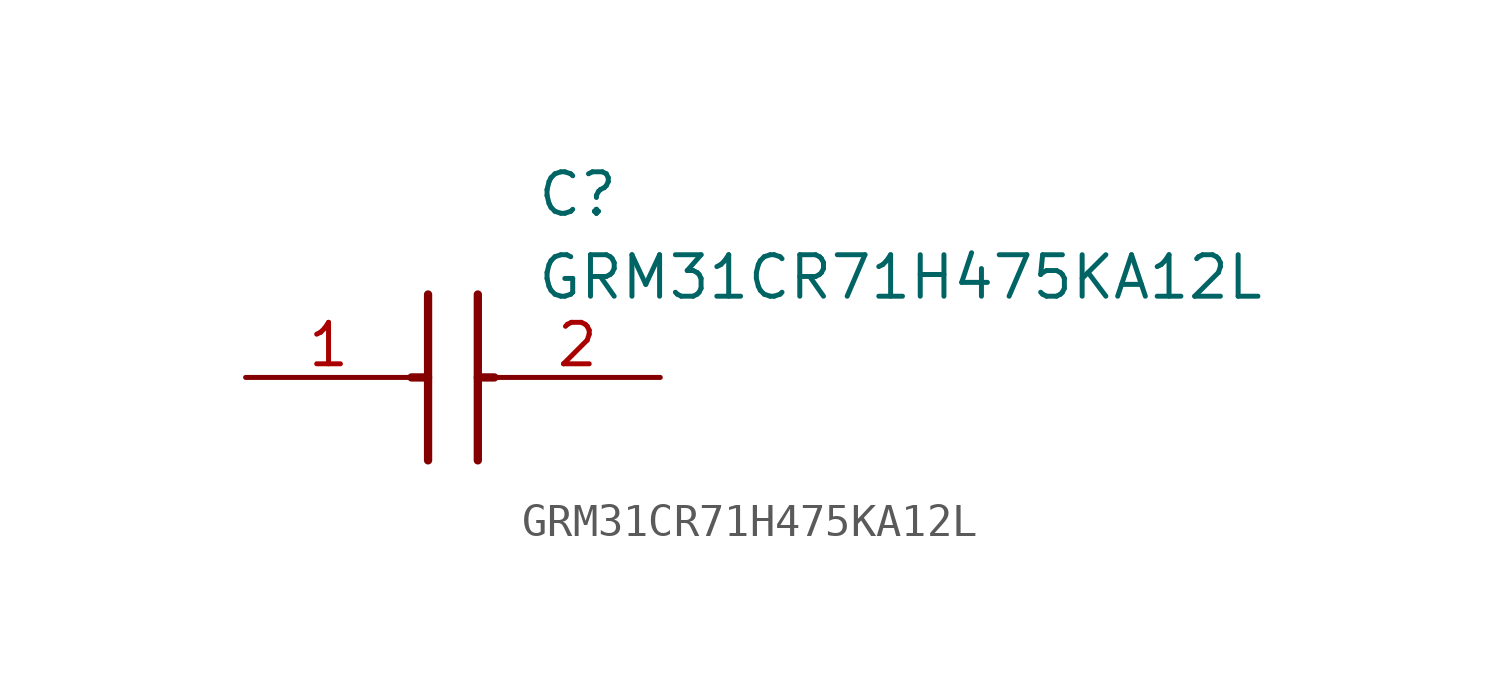
<source format=kicad_sym>
(kicad_symbol_lib
  (version 20220914)
  (generator kicad_symbol_editor)
  (symbol "GRM31CR71H475KA12L"
    (pin_names hide)
    (property "Reference" "C"
      (at 8.89 6.35 0)
      (effects (font (size 1.27 1.27)) (justify left top)))
    (property "Value" "GRM31CR71H475KA12L"
      (at 8.89 3.81 0)
      (effects (font (size 1.27 1.27)) (justify left top)))
    (symbol "GRM31CR71H475KA12L_1_1"
      (polyline (pts (xy 5.08 0) (xy 5.588 0)) (stroke (width 0.254) (type default)) (fill (type none)))
      (polyline (pts (xy 5.588 2.54) (xy 5.588 -2.54)) (stroke (width 0.254) (type default)) (fill (type none)))
      (polyline (pts (xy 7.112 0) (xy 7.62 0)) (stroke (width 0.254) (type default)) (fill (type none)))
      (polyline (pts (xy 7.112 2.54) (xy 7.112 -2.54)) (stroke (width 0.254) (type default)) (fill (type none)))
      (pin passive line (at 0 0 0) (length 5.08) (name "1" (effects (font (size 1.27 1.27)))) (number "1" (effects (font (size 1.27 1.27)))))
      (pin passive line (at 12.7 0 180) (length 5.08) (name "2" (effects (font (size 1.27 1.27)))) (number "2" (effects (font (size 1.27 1.27))))))))
</source>
